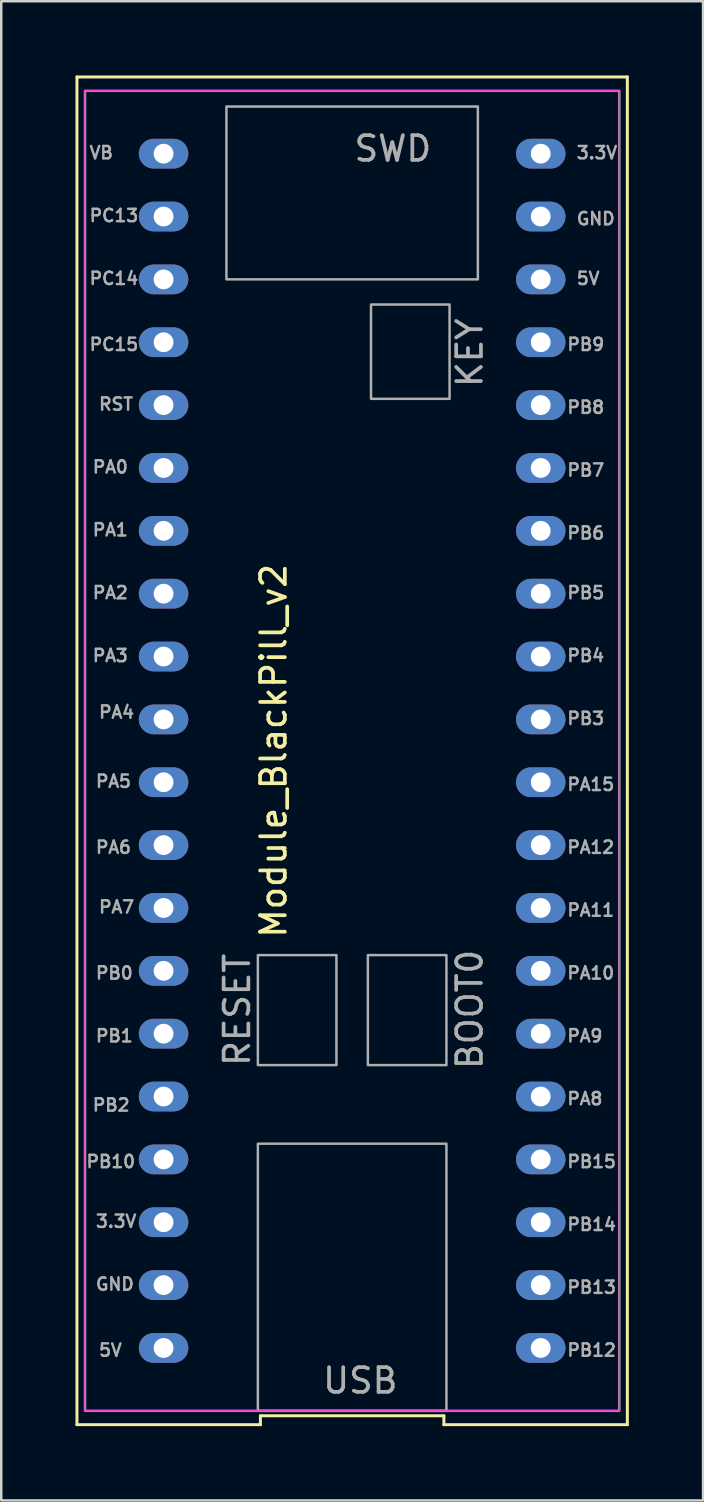
<source format=kicad_pcb>
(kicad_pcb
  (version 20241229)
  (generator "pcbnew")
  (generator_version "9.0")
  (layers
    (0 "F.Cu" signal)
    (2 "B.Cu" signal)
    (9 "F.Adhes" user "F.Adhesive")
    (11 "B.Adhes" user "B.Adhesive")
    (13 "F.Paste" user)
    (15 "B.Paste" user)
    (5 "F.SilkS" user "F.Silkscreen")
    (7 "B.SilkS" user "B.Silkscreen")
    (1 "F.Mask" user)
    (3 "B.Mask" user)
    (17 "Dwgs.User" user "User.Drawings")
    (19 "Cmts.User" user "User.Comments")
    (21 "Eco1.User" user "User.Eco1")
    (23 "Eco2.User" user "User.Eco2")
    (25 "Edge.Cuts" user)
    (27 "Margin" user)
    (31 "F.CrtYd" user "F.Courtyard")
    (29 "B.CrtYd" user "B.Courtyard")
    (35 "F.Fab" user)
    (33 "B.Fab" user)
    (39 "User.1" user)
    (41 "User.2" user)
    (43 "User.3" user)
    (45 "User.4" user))
  (footprint "Module_BlackPill_v2"
    (layer "F.Cu")
    (at 11.18 27.29)
    (property "Reference" "Module_BlackPill_v2" (at -3.175 0 270) (layer "F.SilkS") (effects (font (size 1 1) (thickness 0.15))))
    (attr through_hole)
    (fp_line (start -11.12 27.23) (end -3.707 27.23) (stroke (width 0.12) (type default)) (layer "F.SilkS"))
    (fp_line (start -11.12 -27.23) (end -11.12 27.23) (stroke (width 0.12) (type default)) (layer "F.SilkS"))
    (fp_line (start -3.707 26.87) (end 3.707 26.87) (stroke (width 0.12) (type default)) (layer "F.SilkS"))
    (fp_line (start -3.707 27.23) (end -3.707 26.87) (stroke (width 0.12) (type default)) (layer "F.SilkS"))
    (fp_line (start 3.707 26.87) (end 3.707 27.23) (stroke (width 0.12) (type default)) (layer "F.SilkS"))
    (fp_line (start 3.707 27.23) (end 11.12 27.23) (stroke (width 0.12) (type default)) (layer "F.SilkS"))
    (fp_line (start 11.12 27.23) (end 11.12 -27.23) (stroke (width 0.12) (type default)) (layer "F.SilkS"))
    (fp_line (start 11.12 -27.23) (end -11.12 -27.23) (stroke (width 0.12) (type default)) (layer "F.SilkS"))
    (fp_line (start -10.795 -26.67) (end 10.795 -26.67) (stroke (width 0.05) (type default)) (layer "F.CrtYd"))
    (fp_line (start -10.795 26.67) (end -10.795 -26.67) (stroke (width 0.05) (type default)) (layer "F.CrtYd"))
    (fp_line (start 10.795 -26.67) (end 10.795 26.67) (stroke (width 0.05) (type default)) (layer "F.CrtYd"))
    (fp_line (start 10.795 26.67) (end -10.795 26.67) (stroke (width 0.05) (type default)) (layer "F.CrtYd"))
    (fp_rect (start -10.795 26.67) (end 10.795 -26.67) (stroke (width 0.1) (type default)) (fill no) (layer "F.Fab"))
    (fp_rect (start -5.08 -19.05) (end 5.08 -26.035) (stroke (width 0.1) (type default)) (fill no) (layer "F.Fab"))
    (fp_rect (start -3.81 12.7) (end -0.635 8.255) (stroke (width 0.1) (type default)) (fill no) (layer "F.Fab"))
    (fp_rect (start -3.81 26.67) (end 3.81 15.875) (stroke (width 0.1) (type default)) (fill no) (layer "F.Fab"))
    (fp_rect (start 0.635 12.7) (end 3.81 8.255) (stroke (width 0.1) (type default)) (fill no) (layer "F.Fab"))
    (fp_rect (start 0.762 -14.224) (end 3.937 -18.034) (stroke (width 0.1) (type default)) (fill no) (layer "F.Fab"))
    (fp_text user "PC15" (at -10.668 -16.129 0) (unlocked yes) (layer "F.Fab") (effects (font (size 0.5 0.5) (thickness 0.1)) (justify left bottom)))
    (fp_text user "5V" (at -10.287 24.511 0) (unlocked yes) (layer "F.Fab") (effects (font (size 0.5 0.5) (thickness 0.1)) (justify left bottom)))
    (fp_text user "PB13" (at 8.636 21.971 0) (unlocked yes) (layer "F.Fab") (effects (font (size 0.5 0.5) (thickness 0.1)) (justify left bottom)))
    (fp_text user "KEY" (at 5.334 -14.605 90) (unlocked yes) (layer "F.Fab") (effects (font (size 1 1) (thickness 0.15)) (justify left bottom)))
    (fp_text user "PA4" (at -10.287 -1.27 0) (unlocked yes) (layer "F.Fab") (effects (font (size 0.5 0.5) (thickness 0.1)) (justify left bottom)))
    (fp_text user "PA0" (at -10.541 -11.176 0) (unlocked yes) (layer "F.Fab") (effects (font (size 0.5 0.5) (thickness 0.1)) (justify left bottom)))
    (fp_text user "PA5" (at -10.414 1.524 0) (unlocked yes) (layer "F.Fab") (effects (font (size 0.5 0.5) (thickness 0.1)) (justify left bottom)))
    (fp_text user "SWD" (at 0 -23.749 0) (unlocked yes) (layer "F.Fab") (effects (font (size 1 1) (thickness 0.15)) (justify left bottom)))
    (fp_text user "PA15" (at 8.636 1.651 0) (unlocked yes) (layer "F.Fab") (effects (font (size 0.5 0.5) (thickness 0.1)) (justify left bottom)))
    (fp_text user "PC13" (at -10.668 -21.336 0) (unlocked yes) (layer "F.Fab") (effects (font (size 0.5 0.5) (thickness 0.1)) (justify left bottom)))
    (fp_text user "PA10" (at 8.636 9.271 0) (unlocked yes) (layer "F.Fab") (effects (font (size 0.5 0.5) (thickness 0.1)) (justify left bottom)))
    (fp_text user "3.3V" (at 9.017 -23.876 0) (unlocked yes) (layer "F.Fab") (effects (font (size 0.5 0.5) (thickness 0.1)) (justify left bottom)))
    (fp_text user "PB14" (at 8.636 19.431 0) (unlocked yes) (layer "F.Fab") (effects (font (size 0.5 0.5) (thickness 0.1)) (justify left bottom)))
    (fp_text user "PA3" (at -10.541 -3.556 0) (unlocked yes) (layer "F.Fab") (effects (font (size 0.5 0.5) (thickness 0.1)) (justify left bottom)))
    (fp_text user "PA7" (at -10.287 6.604 0) (unlocked yes) (layer "F.Fab") (effects (font (size 0.5 0.5) (thickness 0.1)) (justify left bottom)))
    (fp_text user "PB1" (at -10.414 11.811 0) (unlocked yes) (layer "F.Fab") (effects (font (size 0.5 0.5) (thickness 0.1)) (justify left bottom)))
    (fp_text user "3.3V" (at -10.414 19.304 0) (unlocked yes) (layer "F.Fab") (effects (font (size 0.5 0.5) (thickness 0.1)) (justify left bottom)))
    (fp_text user "PA2" (at -10.541 -6.096 0) (unlocked yes) (layer "F.Fab") (effects (font (size 0.5 0.5) (thickness 0.1)) (justify left bottom)))
    (fp_text user "PA1" (at -10.541 -8.636 0) (unlocked yes) (layer "F.Fab") (effects (font (size 0.5 0.5) (thickness 0.1)) (justify left bottom)))
    (fp_text user "PB6" (at 8.636 -8.509 0) (unlocked yes) (layer "F.Fab") (effects (font (size 0.5 0.5) (thickness 0.1)) (justify left bottom)))
    (fp_text user "PB0" (at -10.414 9.271 0) (unlocked yes) (layer "F.Fab") (effects (font (size 0.5 0.5) (thickness 0.1)) (justify left bottom)))
    (fp_text user "PB15" (at 8.636 16.891 0) (unlocked yes) (layer "F.Fab") (effects (font (size 0.5 0.5) (thickness 0.1)) (justify left bottom)))
    (fp_text user "GND" (at -10.414 21.844 0) (unlocked yes) (layer "F.Fab") (effects (font (size 0.5 0.5) (thickness 0.1)) (justify left bottom)))
    (fp_text user "PB9" (at 8.636 -16.129 0) (unlocked yes) (layer "F.Fab") (effects (font (size 0.5 0.5) (thickness 0.1)) (justify left bottom)))
    (fp_text user "GND" (at 9.017 -21.209 0) (unlocked yes) (layer "F.Fab") (effects (font (size 0.5 0.5) (thickness 0.1)) (justify left bottom)))
    (fp_text user "PB3" (at 8.636 -1.016 0) (unlocked yes) (layer "F.Fab") (effects (font (size 0.5 0.5) (thickness 0.1)) (justify left bottom)))
    (fp_text user "VB" (at -10.668 -23.876 0) (unlocked yes) (layer "F.Fab") (effects (font (size 0.5 0.5) (thickness 0.1)) (justify left bottom)))
    (fp_text user "RESET" (at -4.064 12.827 90) (unlocked yes) (layer "F.Fab") (effects (font (size 1 1) (thickness 0.15)) (justify left bottom)))
    (fp_text user "PB7" (at 8.636 -11.049 0) (unlocked yes) (layer "F.Fab") (effects (font (size 0.5 0.5) (thickness 0.1)) (justify left bottom)))
    (fp_text user "RST" (at -10.287 -13.716 0) (unlocked yes) (layer "F.Fab") (effects (font (size 0.5 0.5) (thickness 0.1)) (justify left bottom)))
    (fp_text user "PB10" (at -10.795 16.891 0) (unlocked yes) (layer "F.Fab") (effects (font (size 0.5 0.5) (thickness 0.1)) (justify left bottom)))
    (fp_text user "PA8" (at 8.636 14.351 0) (unlocked yes) (layer "F.Fab") (effects (font (size 0.5 0.5) (thickness 0.1)) (justify left bottom)))
    (fp_text user "PC14" (at -10.668 -18.796 0) (unlocked yes) (layer "F.Fab") (effects (font (size 0.5 0.5) (thickness 0.1)) (justify left bottom)))
    (fp_text user "PB2" (at -10.541 14.605 0) (unlocked yes) (layer "F.Fab") (effects (font (size 0.5 0.5) (thickness 0.1)) (justify left bottom)))
    (fp_text user "PB8" (at 8.636 -13.589 0) (unlocked yes) (layer "F.Fab") (effects (font (size 0.5 0.5) (thickness 0.1)) (justify left bottom)))
    (fp_text user "USB" (at -1.27 26.035 0) (unlocked yes) (layer "F.Fab") (effects (font (size 1 1) (thickness 0.15)) (justify left bottom)))
    (fp_text user "PB4" (at 8.636 -3.556 0) (unlocked yes) (layer "F.Fab") (effects (font (size 0.5 0.5) (thickness 0.1)) (justify left bottom)))
    (fp_text user "PA6" (at -10.414 4.191 0) (unlocked yes) (layer "F.Fab") (effects (font (size 0.5 0.5) (thickness 0.1)) (justify left bottom)))
    (fp_text user "PA12" (at 8.636 4.191 0) (unlocked yes) (layer "F.Fab") (effects (font (size 0.5 0.5) (thickness 0.1)) (justify left bottom)))
    (fp_text user "5V" (at 9.017 -18.796 0) (unlocked yes) (layer "F.Fab") (effects (font (size 0.5 0.5) (thickness 0.1)) (justify left bottom)))
    (fp_text user "PA9" (at 8.636 11.811 0) (unlocked yes) (layer "F.Fab") (effects (font (size 0.5 0.5) (thickness 0.1)) (justify left bottom)))
    (fp_text user "PB5" (at 8.636 -6.096 0) (unlocked yes) (layer "F.Fab") (effects (font (size 0.5 0.5) (thickness 0.1)) (justify left bottom)))
    (fp_text user "BOOT0" (at 5.334 12.954 90) (unlocked yes) (layer "F.Fab") (effects (font (size 1 1) (thickness 0.15)) (justify left bottom)))
    (fp_text user "PA11" (at 8.636 6.731 0) (unlocked yes) (layer "F.Fab") (effects (font (size 0.5 0.5) (thickness 0.1)) (justify left bottom)))
    (fp_text user "PB12" (at 8.636 24.511 0) (unlocked yes) (layer "F.Fab") (effects (font (size 0.5 0.5) (thickness 0.1)) (justify left bottom)))
    (pad "1" thru_hole oval (at 7.62 24.13 90) (size 1.2 2) (drill 0.8) (layers "*.Cu" "*.Mask"))
    (pad "2" thru_hole oval (at 7.62 21.59 90) (size 1.2 2) (drill 0.8) (layers "*.Cu" "*.Mask"))
    (pad "3" thru_hole oval (at 7.62 19.05 90) (size 1.2 2) (drill 0.8) (layers "*.Cu" "*.Mask"))
    (pad "4" thru_hole oval (at 7.62 16.51 90) (size 1.2 2) (drill 0.8) (layers "*.Cu" "*.Mask"))
    (pad "5" thru_hole oval (at 7.62 13.97 90) (size 1.2 2) (drill 0.8) (layers "*.Cu" "*.Mask"))
    (pad "6" thru_hole oval (at 7.62 11.43 90) (size 1.2 2) (drill 0.8) (layers "*.Cu" "*.Mask"))
    (pad "7" thru_hole oval (at 7.62 8.89 90) (size 1.2 2) (drill 0.8) (layers "*.Cu" "*.Mask"))
    (pad "8" thru_hole oval (at 7.62 6.35 90) (size 1.2 2) (drill 0.8) (layers "*.Cu" "*.Mask"))
    (pad "9" thru_hole oval (at 7.62 3.81 90) (size 1.2 2) (drill 0.8) (layers "*.Cu" "*.Mask"))
    (pad "10" thru_hole oval (at 7.62 1.27 90) (size 1.2 2) (drill 0.8) (layers "*.Cu" "*.Mask"))
    (pad "11" thru_hole oval (at 7.62 -1.27 90) (size 1.2 2) (drill 0.8) (layers "*.Cu" "*.Mask"))
    (pad "12" thru_hole oval (at 7.62 -3.81 90) (size 1.2 2) (drill 0.8) (layers "*.Cu" "*.Mask"))
    (pad "13" thru_hole oval (at 7.62 -6.35 90) (size 1.2 2) (drill 0.8) (layers "*.Cu" "*.Mask"))
    (pad "14" thru_hole oval (at 7.62 -8.89 90) (size 1.2 2) (drill 0.8) (layers "*.Cu" "*.Mask"))
    (pad "15" thru_hole oval (at 7.62 -11.43 90) (size 1.2 2) (drill 0.8) (layers "*.Cu" "*.Mask"))
    (pad "16" thru_hole oval (at 7.62 -13.97 90) (size 1.2 2) (drill 0.8) (layers "*.Cu" "*.Mask"))
    (pad "17" thru_hole oval (at 7.62 -16.51 90) (size 1.2 2) (drill 0.8) (layers "*.Cu" "*.Mask"))
    (pad "18" thru_hole oval (at 7.62 -19.05 90) (size 1.2 2) (drill 0.8) (layers "*.Cu" "*.Mask"))
    (pad "19" thru_hole oval (at 7.62 -21.59 90) (size 1.2 2) (drill 0.8) (layers "*.Cu" "*.Mask"))
    (pad "20" thru_hole oval (at 7.62 -24.13 90) (size 1.2 2) (drill 0.8) (layers "*.Cu" "*.Mask"))
    (pad "21" thru_hole oval (at -7.62 -24.13 90) (size 1.2 2) (drill 0.8) (layers "*.Cu" "*.Mask"))
    (pad "22" thru_hole oval (at -7.62 -21.59 90) (size 1.2 2) (drill 0.8) (layers "*.Cu" "*.Mask"))
    (pad "23" thru_hole oval (at -7.62 -19.05 90) (size 1.2 2) (drill 0.8) (layers "*.Cu" "*.Mask"))
    (pad "24" thru_hole oval (at -7.62 -16.51 90) (size 1.2 2) (drill 0.8) (layers "*.Cu" "*.Mask"))
    (pad "25" thru_hole oval (at -7.62 -13.97 90) (size 1.2 2) (drill 0.8) (layers "*.Cu" "*.Mask"))
    (pad "26" thru_hole oval (at -7.62 -11.43 90) (size 1.2 2) (drill 0.8) (layers "*.Cu" "*.Mask"))
    (pad "27" thru_hole oval (at -7.62 -8.89 90) (size 1.2 2) (drill 0.8) (layers "*.Cu" "*.Mask"))
    (pad "28" thru_hole oval (at -7.62 -6.35 90) (size 1.2 2) (drill 0.8) (layers "*.Cu" "*.Mask"))
    (pad "29" thru_hole oval (at -7.62 -3.81 90) (size 1.2 2) (drill 0.8) (layers "*.Cu" "*.Mask"))
    (pad "30" thru_hole oval (at -7.62 -1.27 90) (size 1.2 2) (drill 0.8) (layers "*.Cu" "*.Mask"))
    (pad "31" thru_hole oval (at -7.62 1.27 90) (size 1.2 2) (drill 0.8) (layers "*.Cu" "*.Mask"))
    (pad "32" thru_hole oval (at -7.62 3.81 90) (size 1.2 2) (drill 0.8) (layers "*.Cu" "*.Mask"))
    (pad "33" thru_hole oval (at -7.62 6.35 90) (size 1.2 2) (drill 0.8) (layers "*.Cu" "*.Mask"))
    (pad "34" thru_hole oval (at -7.62 8.89 90) (size 1.2 2) (drill 0.8) (layers "*.Cu" "*.Mask"))
    (pad "35" thru_hole oval (at -7.62 11.43 90) (size 1.2 2) (drill 0.8) (layers "*.Cu" "*.Mask"))
    (pad "36" thru_hole oval (at -7.62 13.97 90) (size 1.2 2) (drill 0.8) (layers "*.Cu" "*.Mask"))
    (pad "37" thru_hole oval (at -7.62 16.51 90) (size 1.2 2) (drill 0.8) (layers "*.Cu" "*.Mask"))
    (pad "38" thru_hole oval (at -7.62 19.05 90) (size 1.2 2) (drill 0.8) (layers "*.Cu" "*.Mask"))
    (pad "39" thru_hole oval (at -7.62 21.59 90) (size 1.2 2) (drill 0.8) (layers "*.Cu" "*.Mask"))
    (pad "40" thru_hole oval (at -7.62 24.13 90) (size 1.2 2) (drill 0.8) (layers "*.Cu" "*.Mask")))
  (gr_rect
    (start -3 -3)
    (end 25.36 57.58)
    (stroke (width 0.1) (type default))
    (fill no)
    (layer "Edge.Cuts")))
</source>
